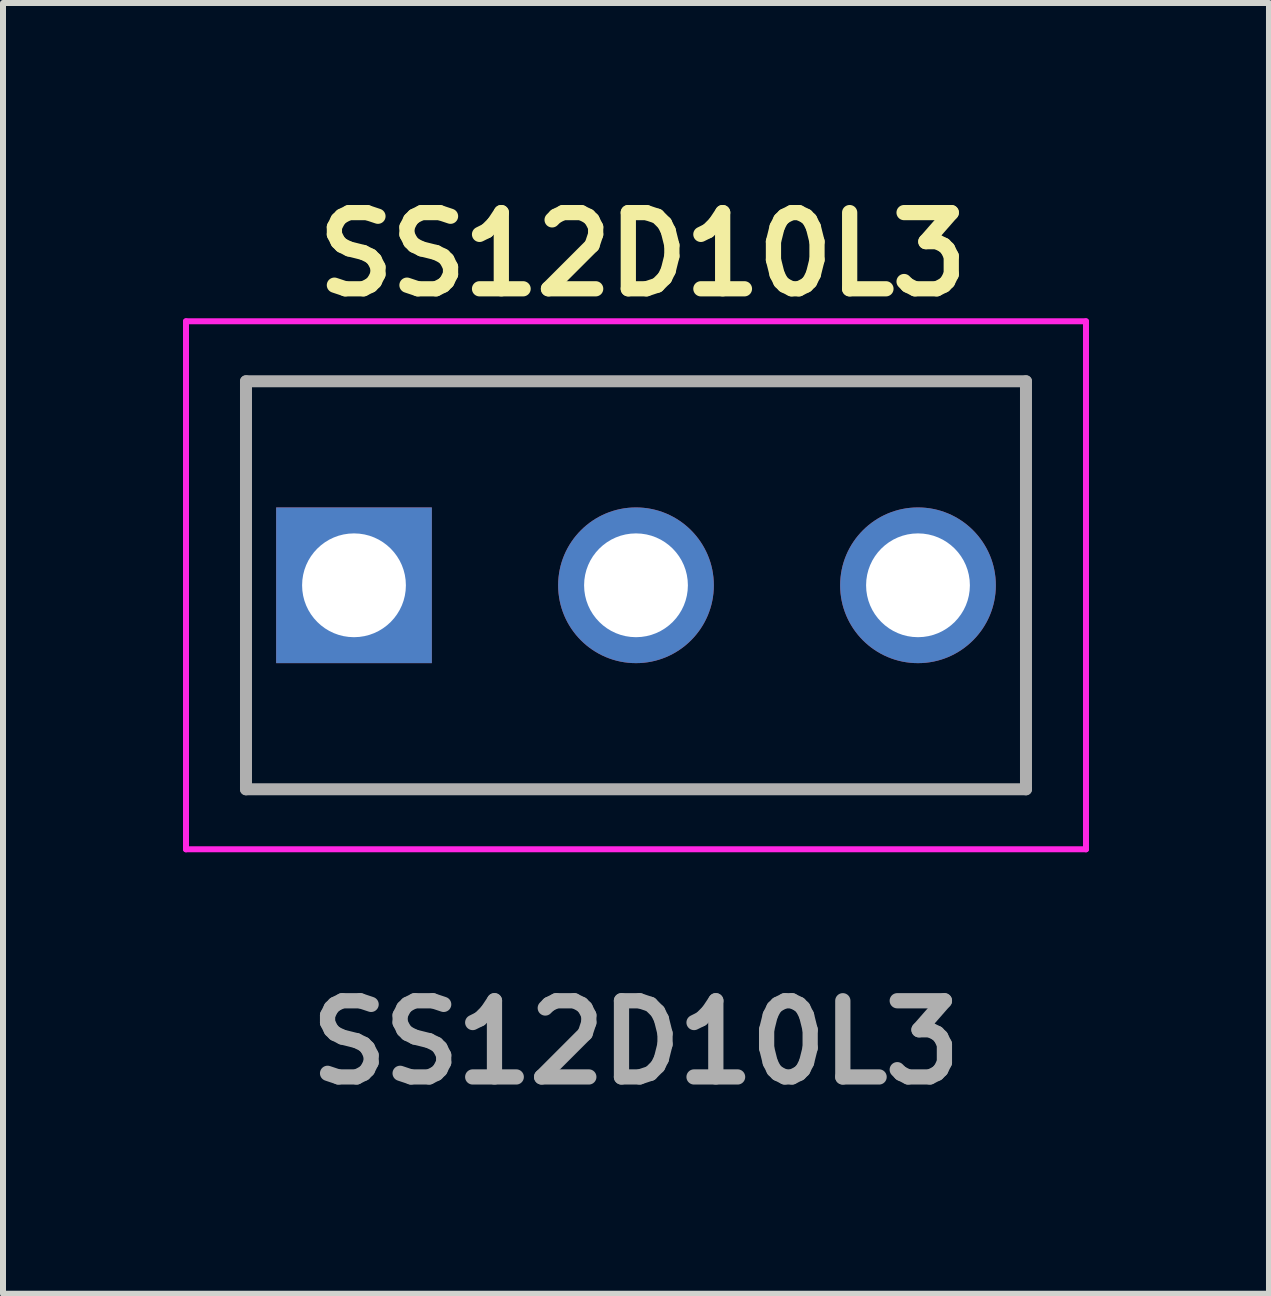
<source format=kicad_pcb>
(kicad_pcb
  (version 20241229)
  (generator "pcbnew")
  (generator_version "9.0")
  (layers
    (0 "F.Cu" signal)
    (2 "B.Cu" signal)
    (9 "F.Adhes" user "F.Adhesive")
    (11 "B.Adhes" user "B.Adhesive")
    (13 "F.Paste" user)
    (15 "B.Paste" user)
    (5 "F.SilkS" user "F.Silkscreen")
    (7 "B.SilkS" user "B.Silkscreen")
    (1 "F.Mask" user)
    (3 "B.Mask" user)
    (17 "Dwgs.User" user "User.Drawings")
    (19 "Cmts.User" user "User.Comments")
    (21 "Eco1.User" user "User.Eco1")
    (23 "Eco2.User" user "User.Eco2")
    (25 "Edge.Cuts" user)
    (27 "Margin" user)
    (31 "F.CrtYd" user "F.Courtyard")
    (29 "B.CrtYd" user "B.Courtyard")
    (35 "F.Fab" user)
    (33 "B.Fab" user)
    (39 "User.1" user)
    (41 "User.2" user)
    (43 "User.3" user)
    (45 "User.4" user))
  (footprint "SS12D10L3"
    (layer "F.Cu")
    (at 2.85 6.705)
    (property "Reference" "SS12D10L3" (at 4.814 -5.516 0) (layer "F.SilkS") (effects (font (size 1.27 1.27) (thickness 0.254))))
    (attr through_hole)
    (fp_line (start -1.8 -3.4) (end 11.2 -3.4) (stroke (width 0.1) (type solid)) (layer "F.SilkS"))
    (fp_line (start -1.8 3.4) (end -1.8 -3.4) (stroke (width 0.1) (type solid)) (layer "F.SilkS"))
    (fp_line (start 11.2 -3.4) (end 11.2 3.4) (stroke (width 0.1) (type solid)) (layer "F.SilkS"))
    (fp_line (start 11.2 3.4) (end -1.8 3.4) (stroke (width 0.1) (type solid)) (layer "F.SilkS"))
    (fp_line (start -2.8 -4.4) (end 12.2 -4.4) (stroke (width 0.1) (type solid)) (layer "F.CrtYd"))
    (fp_line (start -2.8 4.4) (end -2.8 -4.4) (stroke (width 0.1) (type solid)) (layer "F.CrtYd"))
    (fp_line (start 12.2 -4.4) (end 12.2 4.4) (stroke (width 0.1) (type solid)) (layer "F.CrtYd"))
    (fp_line (start 12.2 4.4) (end -2.8 4.4) (stroke (width 0.1) (type solid)) (layer "F.CrtYd"))
    (fp_line (start -1.8 -3.4) (end 11.2 -3.4) (stroke (width 0.2) (type solid)) (layer "F.Fab"))
    (fp_line (start -1.8 3.4) (end -1.8 -3.4) (stroke (width 0.2) (type solid)) (layer "F.Fab"))
    (fp_line (start 11.2 -3.4) (end 11.2 3.4) (stroke (width 0.2) (type solid)) (layer "F.Fab"))
    (fp_line (start 11.2 3.4) (end -1.8 3.4) (stroke (width 0.2) (type solid)) (layer "F.Fab"))
    (fp_text user "${REFERENCE}" (at 4.7 7.62 0) (layer "F.Fab") (effects (font (size 1.27 1.27) (thickness 0.254))))
    (pad "1" thru_hole rect (at 0 0) (size 2.595 2.595) (drill 1.73) (layers "*.Cu" "*.Mask"))
    (pad "2" thru_hole circle (at 4.7 0) (size 2.595 2.595) (drill 1.73) (layers "*.Cu" "*.Mask"))
    (pad "3" thru_hole circle (at 9.4 0) (size 2.595 2.595) (drill 1.73) (layers "*.Cu" "*.Mask")))
  (gr_rect
    (start -3 -3)
    (end 18.1 18.513)
    (stroke (width 0.1) (type default))
    (fill no)
    (layer "Edge.Cuts")))
</source>
